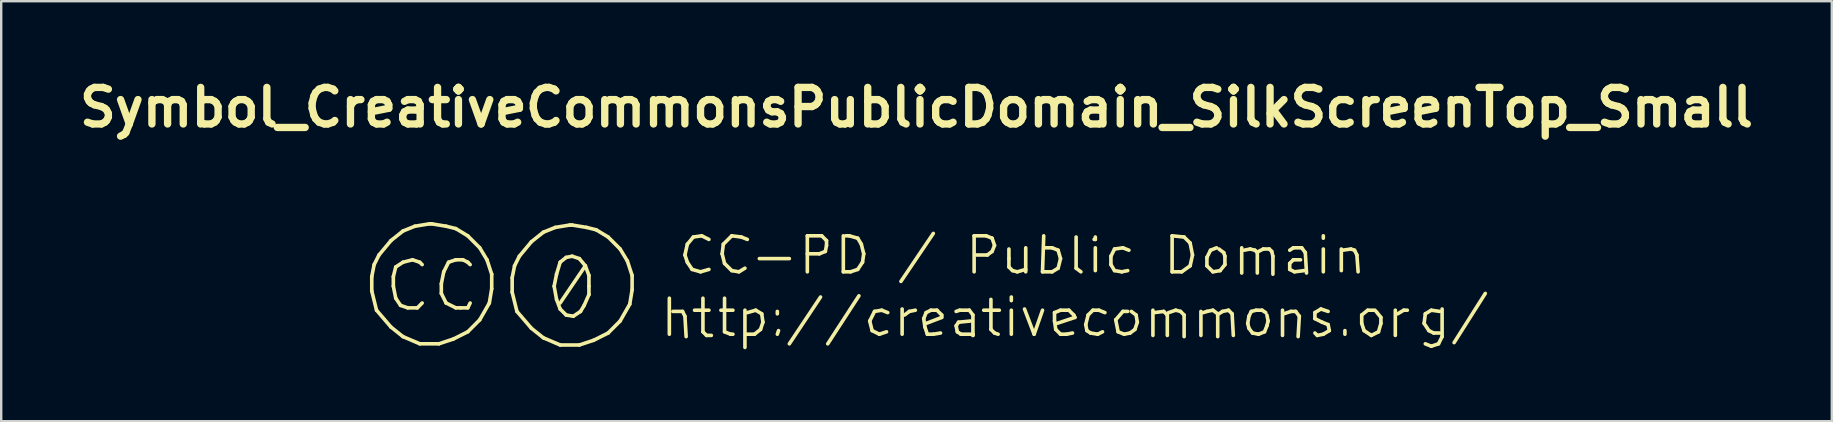
<source format=kicad_pcb>
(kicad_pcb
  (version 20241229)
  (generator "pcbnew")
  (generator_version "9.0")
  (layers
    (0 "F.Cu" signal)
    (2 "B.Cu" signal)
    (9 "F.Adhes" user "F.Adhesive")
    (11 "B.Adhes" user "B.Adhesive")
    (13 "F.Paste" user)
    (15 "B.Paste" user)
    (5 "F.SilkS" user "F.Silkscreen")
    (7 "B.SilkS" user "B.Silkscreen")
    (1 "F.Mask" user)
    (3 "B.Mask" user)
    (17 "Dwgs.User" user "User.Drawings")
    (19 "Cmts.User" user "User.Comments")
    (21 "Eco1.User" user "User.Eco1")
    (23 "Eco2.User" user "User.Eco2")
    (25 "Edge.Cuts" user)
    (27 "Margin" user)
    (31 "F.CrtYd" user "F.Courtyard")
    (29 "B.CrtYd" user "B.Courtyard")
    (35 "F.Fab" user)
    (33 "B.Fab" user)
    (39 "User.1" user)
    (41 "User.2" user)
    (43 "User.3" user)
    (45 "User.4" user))
  (footprint "Symbol_CreativeCommonsPublicDomain_SilkScreenTop_Small"
    (layer "F.Cu")
    (at 34.54 8.726)
    (property "Reference" "Symbol_CreativeCommonsPublicDomain_SilkScreenTop_Small" (at 0.599 -7.3 0) (layer "F.SilkS") (effects (font (size 1.524 1.524) (thickness 0.305))))
    (attr through_hole)
    (fp_line (start -22.099 -0.25) (end -22.099 0.35) (stroke (width 0.15) (type solid)) (layer "F.SilkS"))
    (fp_line (start -22.099 0.35) (end -21.901 1.15) (stroke (width 0.15) (type solid)) (layer "F.SilkS"))
    (fp_line (start -22 -0.75) (end -22.099 -0.25) (stroke (width 0.15) (type solid)) (layer "F.SilkS"))
    (fp_line (start -21.901 1.15) (end -21.299 1.851) (stroke (width 0.15) (type solid)) (layer "F.SilkS"))
    (fp_line (start -21.8 -1.149) (end -22 -0.75) (stroke (width 0.15) (type solid)) (layer "F.SilkS"))
    (fp_line (start -21.299 -1.751) (end -21.8 -1.149) (stroke (width 0.15) (type solid)) (layer "F.SilkS"))
    (fp_line (start -21.299 1.851) (end -20.799 2.25) (stroke (width 0.15) (type solid)) (layer "F.SilkS"))
    (fp_line (start -21.2 -0.25) (end -21.2 0.149) (stroke (width 0.15) (type solid)) (layer "F.SilkS"))
    (fp_line (start -21.2 0.149) (end -21.101 0.649) (stroke (width 0.15) (type solid)) (layer "F.SilkS"))
    (fp_line (start -21.101 -0.651) (end -21.2 -0.25) (stroke (width 0.15) (type solid)) (layer "F.SilkS"))
    (fp_line (start -21.101 0.649) (end -20.9 0.949) (stroke (width 0.15) (type solid)) (layer "F.SilkS"))
    (fp_line (start -20.9 0.949) (end -20.601 1.051) (stroke (width 0.15) (type solid)) (layer "F.SilkS"))
    (fp_line (start -20.799 -2.15) (end -21.299 -1.751) (stroke (width 0.15) (type solid)) (layer "F.SilkS"))
    (fp_line (start -20.799 -0.849) (end -21.101 -0.651) (stroke (width 0.15) (type solid)) (layer "F.SilkS"))
    (fp_line (start -20.799 2.25) (end -20.1 2.549) (stroke (width 0.15) (type solid)) (layer "F.SilkS"))
    (fp_line (start -20.601 1.051) (end -20.199 1.051) (stroke (width 0.15) (type solid)) (layer "F.SilkS"))
    (fp_line (start -20.4 -0.951) (end -20.799 -0.849) (stroke (width 0.15) (type solid)) (layer "F.SilkS"))
    (fp_line (start -20.301 -2.35) (end -20.799 -2.15) (stroke (width 0.15) (type solid)) (layer "F.SilkS"))
    (fp_line (start -20.199 1.051) (end -19.999 0.85) (stroke (width 0.15) (type solid)) (layer "F.SilkS"))
    (fp_line (start -20.1 -0.849) (end -20.4 -0.951) (stroke (width 0.15) (type solid)) (layer "F.SilkS"))
    (fp_line (start -20.1 2.549) (end -19.3 2.549) (stroke (width 0.15) (type solid)) (layer "F.SilkS"))
    (fp_line (start -19.999 -0.75) (end -20.1 -0.849) (stroke (width 0.15) (type solid)) (layer "F.SilkS"))
    (fp_line (start -19.699 -2.449) (end -20.301 -2.35) (stroke (width 0.15) (type solid)) (layer "F.SilkS"))
    (fp_line (start -19.6 -2.449) (end -19.699 -2.449) (stroke (width 0.15) (type solid)) (layer "F.SilkS"))
    (fp_line (start -19.3 2.549) (end -18.701 2.351) (stroke (width 0.15) (type solid)) (layer "F.SilkS"))
    (fp_line (start -19.201 0.05) (end -19.201 0.449) (stroke (width 0.15) (type solid)) (layer "F.SilkS"))
    (fp_line (start -19.201 0.449) (end -19.001 0.85) (stroke (width 0.15) (type solid)) (layer "F.SilkS"))
    (fp_line (start -19.1 -0.45) (end -19.201 0.05) (stroke (width 0.15) (type solid)) (layer "F.SilkS"))
    (fp_line (start -19.001 -2.35) (end -19.6 -2.449) (stroke (width 0.15) (type solid)) (layer "F.SilkS"))
    (fp_line (start -19.001 0.85) (end -18.599 1.051) (stroke (width 0.15) (type solid)) (layer "F.SilkS"))
    (fp_line (start -18.899 -0.849) (end -19.1 -0.45) (stroke (width 0.15) (type solid)) (layer "F.SilkS"))
    (fp_line (start -18.701 2.351) (end -18.099 2.049) (stroke (width 0.15) (type solid)) (layer "F.SilkS"))
    (fp_line (start -18.599 -2.251) (end -19.001 -2.35) (stroke (width 0.15) (type solid)) (layer "F.SilkS"))
    (fp_line (start -18.599 -0.951) (end -18.899 -0.849) (stroke (width 0.15) (type solid)) (layer "F.SilkS"))
    (fp_line (start -18.599 1.051) (end -18.401 1.051) (stroke (width 0.15) (type solid)) (layer "F.SilkS"))
    (fp_line (start -18.401 1.051) (end -18.099 1.051) (stroke (width 0.15) (type solid)) (layer "F.SilkS"))
    (fp_line (start -18.3 -0.951) (end -18.599 -0.951) (stroke (width 0.15) (type solid)) (layer "F.SilkS"))
    (fp_line (start -18.099 -1.949) (end -18.599 -2.251) (stroke (width 0.15) (type solid)) (layer "F.SilkS"))
    (fp_line (start -18.099 -0.849) (end -18.3 -0.951) (stroke (width 0.15) (type solid)) (layer "F.SilkS"))
    (fp_line (start -18.099 1.051) (end -18 0.85) (stroke (width 0.15) (type solid)) (layer "F.SilkS"))
    (fp_line (start -18.099 2.049) (end -17.601 1.551) (stroke (width 0.15) (type solid)) (layer "F.SilkS"))
    (fp_line (start -18 -0.75) (end -18.099 -0.849) (stroke (width 0.15) (type solid)) (layer "F.SilkS"))
    (fp_line (start -17.601 -1.451) (end -18.099 -1.949) (stroke (width 0.15) (type solid)) (layer "F.SilkS"))
    (fp_line (start -17.601 1.551) (end -17.2 0.85) (stroke (width 0.15) (type solid)) (layer "F.SilkS"))
    (fp_line (start -17.299 -0.951) (end -17.601 -1.451) (stroke (width 0.15) (type solid)) (layer "F.SilkS"))
    (fp_line (start -17.2 0.85) (end -17.101 0.251) (stroke (width 0.15) (type solid)) (layer "F.SilkS"))
    (fp_line (start -17.101 -0.349) (end -17.299 -0.951) (stroke (width 0.15) (type solid)) (layer "F.SilkS"))
    (fp_line (start -17.101 0.251) (end -17.101 -0.349) (stroke (width 0.15) (type solid)) (layer "F.SilkS"))
    (fp_line (start -16.249 -0.2) (end -16.249 0.4) (stroke (width 0.15) (type solid)) (layer "F.SilkS"))
    (fp_line (start -16.249 0.4) (end -16.051 1.2) (stroke (width 0.15) (type solid)) (layer "F.SilkS"))
    (fp_line (start -16.15 -0.7) (end -16.249 -0.2) (stroke (width 0.15) (type solid)) (layer "F.SilkS"))
    (fp_line (start -16.051 1.2) (end -15.449 1.901) (stroke (width 0.15) (type solid)) (layer "F.SilkS"))
    (fp_line (start -15.95 -1.099) (end -16.15 -0.7) (stroke (width 0.15) (type solid)) (layer "F.SilkS"))
    (fp_line (start -15.449 -1.701) (end -15.95 -1.099) (stroke (width 0.15) (type solid)) (layer "F.SilkS"))
    (fp_line (start -15.449 1.901) (end -14.949 2.3) (stroke (width 0.15) (type solid)) (layer "F.SilkS"))
    (fp_line (start -14.949 -2.1) (end -15.449 -1.701) (stroke (width 0.15) (type solid)) (layer "F.SilkS"))
    (fp_line (start -14.949 2.3) (end -14.25 2.599) (stroke (width 0.15) (type solid)) (layer "F.SilkS"))
    (fp_line (start -14.5 0.15) (end -14.4 -0.35) (stroke (width 0.15) (type solid)) (layer "F.SilkS"))
    (fp_line (start -14.451 -2.3) (end -14.949 -2.1) (stroke (width 0.15) (type solid)) (layer "F.SilkS"))
    (fp_line (start -14.4 -0.35) (end -14.25 -0.85) (stroke (width 0.15) (type solid)) (layer "F.SilkS"))
    (fp_line (start -14.4 0.7) (end -14.5 0.15) (stroke (width 0.15) (type solid)) (layer "F.SilkS"))
    (fp_line (start -14.25 2.599) (end -13.45 2.599) (stroke (width 0.15) (type solid)) (layer "F.SilkS"))
    (fp_line (start -14.25 -0.85) (end -14 -1.05) (stroke (width 0.15) (type solid)) (layer "F.SilkS"))
    (fp_line (start -14.25 1.1) (end -14.4 0.7) (stroke (width 0.15) (type solid)) (layer "F.SilkS"))
    (fp_line (start -14 -1.05) (end -13.75 -1.1) (stroke (width 0.15) (type solid)) (layer "F.SilkS"))
    (fp_line (start -14 1.35) (end -14.25 1.1) (stroke (width 0.15) (type solid)) (layer "F.SilkS"))
    (fp_line (start -13.849 -2.399) (end -14.451 -2.3) (stroke (width 0.15) (type solid)) (layer "F.SilkS"))
    (fp_line (start -13.75 -2.399) (end -13.849 -2.399) (stroke (width 0.15) (type solid)) (layer "F.SilkS"))
    (fp_line (start -13.75 -1.1) (end -13.45 -1) (stroke (width 0.15) (type solid)) (layer "F.SilkS"))
    (fp_line (start -13.7 1.4) (end -14 1.35) (stroke (width 0.15) (type solid)) (layer "F.SilkS"))
    (fp_line (start -13.45 2.599) (end -12.851 2.401) (stroke (width 0.15) (type solid)) (layer "F.SilkS"))
    (fp_line (start -13.45 -1) (end -13.2 -0.7) (stroke (width 0.15) (type solid)) (layer "F.SilkS"))
    (fp_line (start -13.4 1.2) (end -13.7 1.4) (stroke (width 0.15) (type solid)) (layer "F.SilkS"))
    (fp_line (start -13.25 0.95) (end -13.4 1.2) (stroke (width 0.15) (type solid)) (layer "F.SilkS"))
    (fp_line (start -13.2 -0.7) (end -14.25 0.85) (stroke (width 0.15) (type solid)) (layer "F.SilkS"))
    (fp_line (start -13.2 -0.7) (end -13.05 -0.3) (stroke (width 0.15) (type solid)) (layer "F.SilkS"))
    (fp_line (start -13.151 -2.3) (end -13.75 -2.399) (stroke (width 0.15) (type solid)) (layer "F.SilkS"))
    (fp_line (start -13.05 -0.3) (end -13.05 0.15) (stroke (width 0.15) (type solid)) (layer "F.SilkS"))
    (fp_line (start -13.05 0.15) (end -13.05 0.5) (stroke (width 0.15) (type solid)) (layer "F.SilkS"))
    (fp_line (start -13.05 0.5) (end -13.25 0.95) (stroke (width 0.15) (type solid)) (layer "F.SilkS"))
    (fp_line (start -12.851 2.401) (end -12.249 2.099) (stroke (width 0.15) (type solid)) (layer "F.SilkS"))
    (fp_line (start -12.749 -2.201) (end -13.151 -2.3) (stroke (width 0.15) (type solid)) (layer "F.SilkS"))
    (fp_line (start -12.249 -1.899) (end -12.749 -2.201) (stroke (width 0.15) (type solid)) (layer "F.SilkS"))
    (fp_line (start -12.249 2.099) (end -11.751 1.601) (stroke (width 0.15) (type solid)) (layer "F.SilkS"))
    (fp_line (start -11.751 -1.401) (end -12.249 -1.899) (stroke (width 0.15) (type solid)) (layer "F.SilkS"))
    (fp_line (start -11.751 1.601) (end -11.35 0.9) (stroke (width 0.15) (type solid)) (layer "F.SilkS"))
    (fp_line (start -11.449 -0.901) (end -11.751 -1.401) (stroke (width 0.15) (type solid)) (layer "F.SilkS"))
    (fp_line (start -11.35 0.9) (end -11.251 0.301) (stroke (width 0.15) (type solid)) (layer "F.SilkS"))
    (fp_line (start -11.251 -0.299) (end -11.449 -0.901) (stroke (width 0.15) (type solid)) (layer "F.SilkS"))
    (fp_line (start -11.251 0.301) (end -11.251 -0.299) (stroke (width 0.15) (type solid)) (layer "F.SilkS"))
    (fp_line (start -9.7 0.65) (end -9.7 2.15) (stroke (width 0.15) (type solid)) (layer "F.SilkS"))
    (fp_line (start -9.15 1.2) (end -9.55 1.2) (stroke (width 0.15) (type solid)) (layer "F.SilkS"))
    (fp_line (start -9.05 -1.15) (end -8.95 -0.85) (stroke (width 0.15) (type solid)) (layer "F.SilkS"))
    (fp_line (start -9.05 1.4) (end -9.15 1.2) (stroke (width 0.15) (type solid)) (layer "F.SilkS"))
    (fp_line (start -9 2.25) (end -9.05 1.4) (stroke (width 0.15) (type solid)) (layer "F.SilkS"))
    (fp_line (start -8.95 -1.6) (end -9.05 -1.15) (stroke (width 0.15) (type solid)) (layer "F.SilkS"))
    (fp_line (start -8.95 -0.85) (end -8.75 -0.55) (stroke (width 0.15) (type solid)) (layer "F.SilkS"))
    (fp_line (start -8.75 -0.55) (end -8.4 -0.45) (stroke (width 0.15) (type solid)) (layer "F.SilkS"))
    (fp_line (start -8.7 -1.9) (end -8.95 -1.6) (stroke (width 0.15) (type solid)) (layer "F.SilkS"))
    (fp_line (start -8.65 1.15) (end -8.05 1.15) (stroke (width 0.15) (type solid)) (layer "F.SilkS"))
    (fp_line (start -8.4 -0.45) (end -8.05 -0.55) (stroke (width 0.15) (type solid)) (layer "F.SilkS"))
    (fp_line (start -8.35 -1.95) (end -8.7 -1.9) (stroke (width 0.15) (type solid)) (layer "F.SilkS"))
    (fp_line (start -8.3 0.65) (end -8.3 2.05) (stroke (width 0.15) (type solid)) (layer "F.SilkS"))
    (fp_line (start -8.3 2.05) (end -8.15 2.2) (stroke (width 0.15) (type solid)) (layer "F.SilkS"))
    (fp_line (start -8.15 2.2) (end -7.95 2.2) (stroke (width 0.15) (type solid)) (layer "F.SilkS"))
    (fp_line (start -8.05 -1.8) (end -8.35 -1.95) (stroke (width 0.15) (type solid)) (layer "F.SilkS"))
    (fp_line (start -7.5 -1.2) (end -7.4 -0.8) (stroke (width 0.15) (type solid)) (layer "F.SilkS"))
    (fp_line (start -7.45 -1.6) (end -7.5 -1.2) (stroke (width 0.15) (type solid)) (layer "F.SilkS"))
    (fp_line (start -7.4 -0.8) (end -7.1 -0.5) (stroke (width 0.15) (type solid)) (layer "F.SilkS"))
    (fp_line (start -7.4 0.65) (end -7.4 2.05) (stroke (width 0.15) (type solid)) (layer "F.SilkS"))
    (fp_line (start -7.4 2.05) (end -7.15 2.15) (stroke (width 0.15) (type solid)) (layer "F.SilkS"))
    (fp_line (start -7.15 2.15) (end -7.05 2.15) (stroke (width 0.15) (type solid)) (layer "F.SilkS"))
    (fp_line (start -7.1 -1.95) (end -7.45 -1.6) (stroke (width 0.15) (type solid)) (layer "F.SilkS"))
    (fp_line (start -7.1 -0.5) (end -6.8 -0.45) (stroke (width 0.15) (type solid)) (layer "F.SilkS"))
    (fp_line (start -7.05 1.15) (end -7.55 1.15) (stroke (width 0.15) (type solid)) (layer "F.SilkS"))
    (fp_line (start -6.8 -0.45) (end -6.55 -0.6) (stroke (width 0.15) (type solid)) (layer "F.SilkS"))
    (fp_line (start -6.7 -1.9) (end -7.1 -1.95) (stroke (width 0.15) (type solid)) (layer "F.SilkS"))
    (fp_line (start -6.55 2.7) (end -6.55 1.15) (stroke (width 0.15) (type solid)) (layer "F.SilkS"))
    (fp_line (start -6.5 2.15) (end -6.15 2.15) (stroke (width 0.15) (type solid)) (layer "F.SilkS"))
    (fp_line (start -6.45 -1.8) (end -6.7 -1.9) (stroke (width 0.15) (type solid)) (layer "F.SilkS"))
    (fp_line (start -6.15 2.15) (end -5.9 1.95) (stroke (width 0.15) (type solid)) (layer "F.SilkS"))
    (fp_line (start -6.1 1.15) (end -6.45 1.25) (stroke (width 0.15) (type solid)) (layer "F.SilkS"))
    (fp_line (start -5.95 -1) (end -4.7 -1) (stroke (width 0.15) (type solid)) (layer "F.SilkS"))
    (fp_line (start -5.9 1.95) (end -5.8 1.65) (stroke (width 0.15) (type solid)) (layer "F.SilkS"))
    (fp_line (start -5.85 1.3) (end -6.1 1.15) (stroke (width 0.15) (type solid)) (layer "F.SilkS"))
    (fp_line (start -5.8 1.65) (end -5.85 1.3) (stroke (width 0.15) (type solid)) (layer "F.SilkS"))
    (fp_line (start -5.2 1.2) (end -5.2 1.3) (stroke (width 0.15) (type solid)) (layer "F.SilkS"))
    (fp_line (start -5.15 2) (end -5.2 2.15) (stroke (width 0.15) (type solid)) (layer "F.SilkS"))
    (fp_line (start -4.7 2.55) (end -3.4 0.6) (stroke (width 0.15) (type solid)) (layer "F.SilkS"))
    (fp_line (start -3.95 -1.95) (end -3.35 -1.95) (stroke (width 0.15) (type solid)) (layer "F.SilkS"))
    (fp_line (start -3.95 -0.45) (end -3.95 -1.95) (stroke (width 0.15) (type solid)) (layer "F.SilkS"))
    (fp_line (start -3.45 -1.2) (end -3.95 -1.2) (stroke (width 0.15) (type solid)) (layer "F.SilkS"))
    (fp_line (start -3.35 -1.95) (end -3.15 -1.75) (stroke (width 0.15) (type solid)) (layer "F.SilkS"))
    (fp_line (start -3.2 -1.3) (end -3.45 -1.2) (stroke (width 0.15) (type solid)) (layer "F.SilkS"))
    (fp_line (start -3.15 -1.75) (end -3.15 -1.55) (stroke (width 0.15) (type solid)) (layer "F.SilkS"))
    (fp_line (start -3.15 -1.55) (end -3.2 -1.3) (stroke (width 0.15) (type solid)) (layer "F.SilkS"))
    (fp_line (start -3.1 2.55) (end -1.8 0.55) (stroke (width 0.15) (type solid)) (layer "F.SilkS"))
    (fp_line (start -2.45 -1.95) (end -2.45 -0.45) (stroke (width 0.15) (type solid)) (layer "F.SilkS"))
    (fp_line (start -2.45 -0.45) (end -2.15 -0.45) (stroke (width 0.15) (type solid)) (layer "F.SilkS"))
    (fp_line (start -2.2 -1.95) (end -2.35 -1.95) (stroke (width 0.15) (type solid)) (layer "F.SilkS"))
    (fp_line (start -2.15 -0.45) (end -1.85 -0.55) (stroke (width 0.15) (type solid)) (layer "F.SilkS"))
    (fp_line (start -1.85 -1.85) (end -2.2 -1.95) (stroke (width 0.15) (type solid)) (layer "F.SilkS"))
    (fp_line (start -1.85 -0.55) (end -1.65 -0.85) (stroke (width 0.15) (type solid)) (layer "F.SilkS"))
    (fp_line (start -1.7 -1.6) (end -1.85 -1.85) (stroke (width 0.15) (type solid)) (layer "F.SilkS"))
    (fp_line (start -1.65 -0.85) (end -1.6 -1.2) (stroke (width 0.15) (type solid)) (layer "F.SilkS"))
    (fp_line (start -1.6 -1.2) (end -1.7 -1.6) (stroke (width 0.15) (type solid)) (layer "F.SilkS"))
    (fp_line (start -1.35 1.6) (end -1.25 2) (stroke (width 0.15) (type solid)) (layer "F.SilkS"))
    (fp_line (start -1.25 2) (end -0.95 2.15) (stroke (width 0.15) (type solid)) (layer "F.SilkS"))
    (fp_line (start -1.15 1.2) (end -1.35 1.6) (stroke (width 0.15) (type solid)) (layer "F.SilkS"))
    (fp_line (start -0.95 2.15) (end -0.65 2.05) (stroke (width 0.15) (type solid)) (layer "F.SilkS"))
    (fp_line (start -0.85 1.15) (end -1.15 1.2) (stroke (width 0.15) (type solid)) (layer "F.SilkS"))
    (fp_line (start -0.6 1.25) (end -0.85 1.15) (stroke (width 0.15) (type solid)) (layer "F.SilkS"))
    (fp_line (start -0.05 -0.05) (end 1.3 -2.05) (stroke (width 0.15) (type solid)) (layer "F.SilkS"))
    (fp_line (start 0 2.15) (end 0 1.1) (stroke (width 0.15) (type solid)) (layer "F.SilkS"))
    (fp_line (start 0.3 1.2) (end 0.1 1.35) (stroke (width 0.15) (type solid)) (layer "F.SilkS"))
    (fp_line (start 0.55 1.15) (end 0.3 1.2) (stroke (width 0.15) (type solid)) (layer "F.SilkS"))
    (fp_line (start 0.9 1.5) (end 1 1.25) (stroke (width 0.15) (type solid)) (layer "F.SilkS"))
    (fp_line (start 0.95 1.85) (end 0.9 1.5) (stroke (width 0.15) (type solid)) (layer "F.SilkS"))
    (fp_line (start 1 1.25) (end 1.2 1.15) (stroke (width 0.15) (type solid)) (layer "F.SilkS"))
    (fp_line (start 1.05 2.15) (end 0.95 1.85) (stroke (width 0.15) (type solid)) (layer "F.SilkS"))
    (fp_line (start 1.2 1.15) (end 1.45 1.15) (stroke (width 0.15) (type solid)) (layer "F.SilkS"))
    (fp_line (start 1.3 2.15) (end 1.05 2.15) (stroke (width 0.15) (type solid)) (layer "F.SilkS"))
    (fp_line (start 1.45 1.15) (end 1.65 1.35) (stroke (width 0.15) (type solid)) (layer "F.SilkS"))
    (fp_line (start 1.6 2.1) (end 1.3 2.15) (stroke (width 0.15) (type solid)) (layer "F.SilkS"))
    (fp_line (start 1.65 1.35) (end 1.65 1.45) (stroke (width 0.15) (type solid)) (layer "F.SilkS"))
    (fp_line (start 1.65 1.45) (end 1 1.7) (stroke (width 0.15) (type solid)) (layer "F.SilkS"))
    (fp_line (start 2.25 1.2) (end 2.4 1.15) (stroke (width 0.15) (type solid)) (layer "F.SilkS"))
    (fp_line (start 2.25 1.8) (end 2.35 1.65) (stroke (width 0.15) (type solid)) (layer "F.SilkS"))
    (fp_line (start 2.3 2.05) (end 2.25 1.8) (stroke (width 0.15) (type solid)) (layer "F.SilkS"))
    (fp_line (start 2.35 1.65) (end 2.85 1.6) (stroke (width 0.15) (type solid)) (layer "F.SilkS"))
    (fp_line (start 2.4 1.15) (end 2.8 1.15) (stroke (width 0.15) (type solid)) (layer "F.SilkS"))
    (fp_line (start 2.45 2.15) (end 2.3 2.05) (stroke (width 0.15) (type solid)) (layer "F.SilkS"))
    (fp_line (start 2.8 1.15) (end 2.95 1.35) (stroke (width 0.15) (type solid)) (layer "F.SilkS"))
    (fp_line (start 2.95 1.35) (end 2.95 2.2) (stroke (width 0.15) (type solid)) (layer "F.SilkS"))
    (fp_line (start 2.95 2.15) (end 2.45 2.15) (stroke (width 0.15) (type solid)) (layer "F.SilkS"))
    (fp_line (start 2.95 2.2) (end 2.95 2.15) (stroke (width 0.15) (type solid)) (layer "F.SilkS"))
    (fp_line (start 3 -1.95) (end 3.5 -1.95) (stroke (width 0.15) (type solid)) (layer "F.SilkS"))
    (fp_line (start 3 -0.45) (end 3 -1.95) (stroke (width 0.15) (type solid)) (layer "F.SilkS"))
    (fp_line (start 3.4 1.15) (end 4.05 1.15) (stroke (width 0.15) (type solid)) (layer "F.SilkS"))
    (fp_line (start 3.5 -1.95) (end 3.75 -1.85) (stroke (width 0.15) (type solid)) (layer "F.SilkS"))
    (fp_line (start 3.55 -1.15) (end 3.1 -1.15) (stroke (width 0.15) (type solid)) (layer "F.SilkS"))
    (fp_line (start 3.7 0.7) (end 3.7 1.95) (stroke (width 0.15) (type solid)) (layer "F.SilkS"))
    (fp_line (start 3.7 1.95) (end 3.85 2.1) (stroke (width 0.15) (type solid)) (layer "F.SilkS"))
    (fp_line (start 3.75 -1.85) (end 3.85 -1.55) (stroke (width 0.15) (type solid)) (layer "F.SilkS"))
    (fp_line (start 3.75 -1.3) (end 3.55 -1.15) (stroke (width 0.15) (type solid)) (layer "F.SilkS"))
    (fp_line (start 3.85 -1.55) (end 3.75 -1.3) (stroke (width 0.15) (type solid)) (layer "F.SilkS"))
    (fp_line (start 3.85 2.1) (end 4 2.15) (stroke (width 0.15) (type solid)) (layer "F.SilkS"))
    (fp_line (start 4.45 -1.4) (end 4.45 -1) (stroke (width 0.15) (type solid)) (layer "F.SilkS"))
    (fp_line (start 4.45 -1) (end 4.45 -0.65) (stroke (width 0.15) (type solid)) (layer "F.SilkS"))
    (fp_line (start 4.45 -0.65) (end 4.6 -0.5) (stroke (width 0.15) (type solid)) (layer "F.SilkS"))
    (fp_line (start 4.55 0.6) (end 4.55 0.75) (stroke (width 0.15) (type solid)) (layer "F.SilkS"))
    (fp_line (start 4.55 1.15) (end 4.55 2.15) (stroke (width 0.15) (type solid)) (layer "F.SilkS"))
    (fp_line (start 4.6 -0.5) (end 4.8 -0.45) (stroke (width 0.15) (type solid)) (layer "F.SilkS"))
    (fp_line (start 4.8 -0.45) (end 5.15 -0.55) (stroke (width 0.15) (type solid)) (layer "F.SilkS"))
    (fp_line (start 5.1 1.1) (end 5.5 2.15) (stroke (width 0.15) (type solid)) (layer "F.SilkS"))
    (fp_line (start 5.15 -1.45) (end 5.15 -0.45) (stroke (width 0.15) (type solid)) (layer "F.SilkS"))
    (fp_line (start 5.5 2.15) (end 5.85 1.15) (stroke (width 0.15) (type solid)) (layer "F.SilkS"))
    (fp_line (start 5.85 -0.45) (end 6.25 -0.45) (stroke (width 0.15) (type solid)) (layer "F.SilkS"))
    (fp_line (start 5.9 -1.95) (end 5.85 -0.45) (stroke (width 0.15) (type solid)) (layer "F.SilkS"))
    (fp_line (start 6.25 -1.45) (end 5.95 -1.45) (stroke (width 0.15) (type solid)) (layer "F.SilkS"))
    (fp_line (start 6.25 -0.45) (end 6.5 -0.6) (stroke (width 0.15) (type solid)) (layer "F.SilkS"))
    (fp_line (start 6.35 1.25) (end 6.6 1.15) (stroke (width 0.15) (type solid)) (layer "F.SilkS"))
    (fp_line (start 6.35 1.6) (end 6.35 1.25) (stroke (width 0.15) (type solid)) (layer "F.SilkS"))
    (fp_line (start 6.4 1.95) (end 6.35 1.6) (stroke (width 0.15) (type solid)) (layer "F.SilkS"))
    (fp_line (start 6.5 -1.35) (end 6.25 -1.45) (stroke (width 0.15) (type solid)) (layer "F.SilkS"))
    (fp_line (start 6.5 -0.6) (end 6.6 -1) (stroke (width 0.15) (type solid)) (layer "F.SilkS"))
    (fp_line (start 6.6 -1) (end 6.5 -1.35) (stroke (width 0.15) (type solid)) (layer "F.SilkS"))
    (fp_line (start 6.6 1.15) (end 6.95 1.15) (stroke (width 0.15) (type solid)) (layer "F.SilkS"))
    (fp_line (start 6.6 2.15) (end 6.4 1.95) (stroke (width 0.15) (type solid)) (layer "F.SilkS"))
    (fp_line (start 6.85 2.15) (end 6.6 2.15) (stroke (width 0.15) (type solid)) (layer "F.SilkS"))
    (fp_line (start 6.95 1.15) (end 7.15 1.35) (stroke (width 0.15) (type solid)) (layer "F.SilkS"))
    (fp_line (start 7.1 2.1) (end 6.85 2.15) (stroke (width 0.15) (type solid)) (layer "F.SilkS"))
    (fp_line (start 7.15 1.35) (end 7.2 1.45) (stroke (width 0.15) (type solid)) (layer "F.SilkS"))
    (fp_line (start 7.2 1.45) (end 6.45 1.7) (stroke (width 0.15) (type solid)) (layer "F.SilkS"))
    (fp_line (start 7.25 -1.9) (end 7.25 -0.6) (stroke (width 0.15) (type solid)) (layer "F.SilkS"))
    (fp_line (start 7.25 -0.6) (end 7.45 -0.45) (stroke (width 0.15) (type solid)) (layer "F.SilkS"))
    (fp_line (start 7.65 1.75) (end 7.7 2) (stroke (width 0.15) (type solid)) (layer "F.SilkS"))
    (fp_line (start 7.7 2) (end 7.85 2.1) (stroke (width 0.15) (type solid)) (layer "F.SilkS"))
    (fp_line (start 7.75 1.35) (end 7.65 1.75) (stroke (width 0.15) (type solid)) (layer "F.SilkS"))
    (fp_line (start 7.85 2.1) (end 8.15 2.15) (stroke (width 0.15) (type solid)) (layer "F.SilkS"))
    (fp_line (start 7.95 1.15) (end 7.75 1.35) (stroke (width 0.15) (type solid)) (layer "F.SilkS"))
    (fp_line (start 8.05 -1.9) (end 8.05 -1.8) (stroke (width 0.15) (type solid)) (layer "F.SilkS"))
    (fp_line (start 8.05 -1.8) (end 8 -1.8) (stroke (width 0.15) (type solid)) (layer "F.SilkS"))
    (fp_line (start 8.05 -1.45) (end 8.05 -0.5) (stroke (width 0.15) (type solid)) (layer "F.SilkS"))
    (fp_line (start 8.15 2.15) (end 8.35 2.05) (stroke (width 0.15) (type solid)) (layer "F.SilkS"))
    (fp_line (start 8.2 1.15) (end 7.95 1.15) (stroke (width 0.15) (type solid)) (layer "F.SilkS"))
    (fp_line (start 8.45 1.25) (end 8.2 1.15) (stroke (width 0.15) (type solid)) (layer "F.SilkS"))
    (fp_line (start 8.7 -1.1) (end 8.7 -0.75) (stroke (width 0.15) (type solid)) (layer "F.SilkS"))
    (fp_line (start 8.7 -0.75) (end 8.85 -0.5) (stroke (width 0.15) (type solid)) (layer "F.SilkS"))
    (fp_line (start 8.85 -1.4) (end 8.7 -1.1) (stroke (width 0.15) (type solid)) (layer "F.SilkS"))
    (fp_line (start 8.85 -0.5) (end 9.15 -0.45) (stroke (width 0.15) (type solid)) (layer "F.SilkS"))
    (fp_line (start 8.9 1.55) (end 9 2.05) (stroke (width 0.15) (type solid)) (layer "F.SilkS"))
    (fp_line (start 9 2.05) (end 9.25 2.15) (stroke (width 0.15) (type solid)) (layer "F.SilkS"))
    (fp_line (start 9.15 -0.45) (end 9.4 -0.5) (stroke (width 0.15) (type solid)) (layer "F.SilkS"))
    (fp_line (start 9.2 -1.45) (end 8.85 -1.4) (stroke (width 0.15) (type solid)) (layer "F.SilkS"))
    (fp_line (start 9.2 1.2) (end 8.9 1.55) (stroke (width 0.15) (type solid)) (layer "F.SilkS"))
    (fp_line (start 9.25 2.15) (end 9.5 2.1) (stroke (width 0.15) (type solid)) (layer "F.SilkS"))
    (fp_line (start 9.4 1.2) (end 9.2 1.2) (stroke (width 0.15) (type solid)) (layer "F.SilkS"))
    (fp_line (start 9.45 -1.35) (end 9.2 -1.45) (stroke (width 0.15) (type solid)) (layer "F.SilkS"))
    (fp_line (start 9.5 2.1) (end 9.7 1.95) (stroke (width 0.15) (type solid)) (layer "F.SilkS"))
    (fp_line (start 9.7 1.95) (end 9.8 1.65) (stroke (width 0.15) (type solid)) (layer "F.SilkS"))
    (fp_line (start 9.75 1.35) (end 9.55 1.2) (stroke (width 0.15) (type solid)) (layer "F.SilkS"))
    (fp_line (start 9.8 1.65) (end 9.75 1.35) (stroke (width 0.15) (type solid)) (layer "F.SilkS"))
    (fp_line (start 10.45 2.2) (end 10.45 1.15) (stroke (width 0.15) (type solid)) (layer "F.SilkS"))
    (fp_line (start 10.9 1.2) (end 10.5 1.25) (stroke (width 0.15) (type solid)) (layer "F.SilkS"))
    (fp_line (start 11.05 1.35) (end 10.9 1.2) (stroke (width 0.15) (type solid)) (layer "F.SilkS"))
    (fp_line (start 11.05 2.2) (end 11.05 1.35) (stroke (width 0.15) (type solid)) (layer "F.SilkS"))
    (fp_line (start 11.25 -1.95) (end 11.25 -0.45) (stroke (width 0.15) (type solid)) (layer "F.SilkS"))
    (fp_line (start 11.25 -0.45) (end 11.65 -0.45) (stroke (width 0.15) (type solid)) (layer "F.SilkS"))
    (fp_line (start 11.4 1.15) (end 11.1 1.25) (stroke (width 0.15) (type solid)) (layer "F.SilkS"))
    (fp_line (start 11.6 1.2) (end 11.4 1.15) (stroke (width 0.15) (type solid)) (layer "F.SilkS"))
    (fp_line (start 11.65 -0.45) (end 12 -0.7) (stroke (width 0.15) (type solid)) (layer "F.SilkS"))
    (fp_line (start 11.75 -1.9) (end 11.25 -1.95) (stroke (width 0.15) (type solid)) (layer "F.SilkS"))
    (fp_line (start 11.75 1.35) (end 11.6 1.2) (stroke (width 0.15) (type solid)) (layer "F.SilkS"))
    (fp_line (start 11.75 2.25) (end 11.75 1.35) (stroke (width 0.15) (type solid)) (layer "F.SilkS"))
    (fp_line (start 12 -1.65) (end 11.75 -1.9) (stroke (width 0.15) (type solid)) (layer "F.SilkS"))
    (fp_line (start 12 -0.7) (end 12.1 -1.15) (stroke (width 0.15) (type solid)) (layer "F.SilkS"))
    (fp_line (start 12.1 -1.15) (end 12 -1.65) (stroke (width 0.15) (type solid)) (layer "F.SilkS"))
    (fp_line (start 12.45 2.2) (end 12.45 1.2) (stroke (width 0.15) (type solid)) (layer "F.SilkS"))
    (fp_line (start 12.7 -1.05) (end 12.7 -0.7) (stroke (width 0.15) (type solid)) (layer "F.SilkS"))
    (fp_line (start 12.7 -0.7) (end 12.95 -0.45) (stroke (width 0.15) (type solid)) (layer "F.SilkS"))
    (fp_line (start 12.7 1.2) (end 12.55 1.25) (stroke (width 0.15) (type solid)) (layer "F.SilkS"))
    (fp_line (start 12.85 -1.35) (end 12.7 -1.05) (stroke (width 0.15) (type solid)) (layer "F.SilkS"))
    (fp_line (start 12.95 -0.45) (end 13.25 -0.5) (stroke (width 0.15) (type solid)) (layer "F.SilkS"))
    (fp_line (start 12.95 1.15) (end 12.7 1.2) (stroke (width 0.15) (type solid)) (layer "F.SilkS"))
    (fp_line (start 13.1 -1.45) (end 12.85 -1.35) (stroke (width 0.15) (type solid)) (layer "F.SilkS"))
    (fp_line (start 13.15 1.3) (end 12.95 1.15) (stroke (width 0.15) (type solid)) (layer "F.SilkS"))
    (fp_line (start 13.15 2.25) (end 13.15 1.3) (stroke (width 0.15) (type solid)) (layer "F.SilkS"))
    (fp_line (start 13.25 -0.5) (end 13.45 -0.75) (stroke (width 0.15) (type solid)) (layer "F.SilkS"))
    (fp_line (start 13.35 1.2) (end 13.2 1.3) (stroke (width 0.15) (type solid)) (layer "F.SilkS"))
    (fp_line (start 13.4 -1.25) (end 13.2 -1.4) (stroke (width 0.15) (type solid)) (layer "F.SilkS"))
    (fp_line (start 13.45 -1.1) (end 13.4 -1.25) (stroke (width 0.15) (type solid)) (layer "F.SilkS"))
    (fp_line (start 13.45 -0.75) (end 13.45 -1.1) (stroke (width 0.15) (type solid)) (layer "F.SilkS"))
    (fp_line (start 13.6 1.15) (end 13.35 1.2) (stroke (width 0.15) (type solid)) (layer "F.SilkS"))
    (fp_line (start 13.75 1.3) (end 13.6 1.15) (stroke (width 0.15) (type solid)) (layer "F.SilkS"))
    (fp_line (start 13.8 2.2) (end 13.75 1.3) (stroke (width 0.15) (type solid)) (layer "F.SilkS"))
    (fp_line (start 14.15 -0.4) (end 14.15 -1.45) (stroke (width 0.15) (type solid)) (layer "F.SilkS"))
    (fp_line (start 14.4 1.7) (end 14.45 1.9) (stroke (width 0.15) (type solid)) (layer "F.SilkS"))
    (fp_line (start 14.45 1.4) (end 14.4 1.7) (stroke (width 0.15) (type solid)) (layer "F.SilkS"))
    (fp_line (start 14.45 1.9) (end 14.6 2.1) (stroke (width 0.15) (type solid)) (layer "F.SilkS"))
    (fp_line (start 14.5 -1.4) (end 14.25 -1.35) (stroke (width 0.15) (type solid)) (layer "F.SilkS"))
    (fp_line (start 14.55 1.2) (end 14.45 1.4) (stroke (width 0.15) (type solid)) (layer "F.SilkS"))
    (fp_line (start 14.6 2.1) (end 14.85 2.15) (stroke (width 0.15) (type solid)) (layer "F.SilkS"))
    (fp_line (start 14.7 -1.35) (end 14.5 -1.4) (stroke (width 0.15) (type solid)) (layer "F.SilkS"))
    (fp_line (start 14.75 1.15) (end 14.55 1.2) (stroke (width 0.15) (type solid)) (layer "F.SilkS"))
    (fp_line (start 14.8 -1.25) (end 14.7 -1.35) (stroke (width 0.15) (type solid)) (layer "F.SilkS"))
    (fp_line (start 14.8 -0.4) (end 14.8 -1.25) (stroke (width 0.15) (type solid)) (layer "F.SilkS"))
    (fp_line (start 14.85 2.15) (end 15.1 2.05) (stroke (width 0.15) (type solid)) (layer "F.SilkS"))
    (fp_line (start 15 1.15) (end 14.75 1.15) (stroke (width 0.15) (type solid)) (layer "F.SilkS"))
    (fp_line (start 15.05 -1.4) (end 14.85 -1.3) (stroke (width 0.15) (type solid)) (layer "F.SilkS"))
    (fp_line (start 15.1 2.05) (end 15.2 1.8) (stroke (width 0.15) (type solid)) (layer "F.SilkS"))
    (fp_line (start 15.15 1.25) (end 15 1.15) (stroke (width 0.15) (type solid)) (layer "F.SilkS"))
    (fp_line (start 15.2 1.8) (end 15.25 1.6) (stroke (width 0.15) (type solid)) (layer "F.SilkS"))
    (fp_line (start 15.25 1.6) (end 15.2 1.35) (stroke (width 0.15) (type solid)) (layer "F.SilkS"))
    (fp_line (start 15.3 -1.4) (end 15.05 -1.4) (stroke (width 0.15) (type solid)) (layer "F.SilkS"))
    (fp_line (start 15.4 -1.3) (end 15.3 -1.4) (stroke (width 0.15) (type solid)) (layer "F.SilkS"))
    (fp_line (start 15.45 -1.1) (end 15.4 -1.3) (stroke (width 0.15) (type solid)) (layer "F.SilkS"))
    (fp_line (start 15.45 -0.35) (end 15.45 -1.1) (stroke (width 0.15) (type solid)) (layer "F.SilkS"))
    (fp_line (start 15.85 2.2) (end 15.85 1.15) (stroke (width 0.15) (type solid)) (layer "F.SilkS"))
    (fp_line (start 16.15 -1.35) (end 16.3 -1.45) (stroke (width 0.15) (type solid)) (layer "F.SilkS"))
    (fp_line (start 16.15 -0.8) (end 16.15 -0.55) (stroke (width 0.15) (type solid)) (layer "F.SilkS"))
    (fp_line (start 16.15 -0.55) (end 16.35 -0.45) (stroke (width 0.15) (type solid)) (layer "F.SilkS"))
    (fp_line (start 16.2 1.2) (end 15.9 1.3) (stroke (width 0.15) (type solid)) (layer "F.SilkS"))
    (fp_line (start 16.3 -1.45) (end 16.65 -1.45) (stroke (width 0.15) (type solid)) (layer "F.SilkS"))
    (fp_line (start 16.3 -0.95) (end 16.15 -0.8) (stroke (width 0.15) (type solid)) (layer "F.SilkS"))
    (fp_line (start 16.35 -0.45) (end 16.75 -0.5) (stroke (width 0.15) (type solid)) (layer "F.SilkS"))
    (fp_line (start 16.4 1.2) (end 16.2 1.2) (stroke (width 0.15) (type solid)) (layer "F.SilkS"))
    (fp_line (start 16.5 2.25) (end 16.55 1.4) (stroke (width 0.15) (type solid)) (layer "F.SilkS"))
    (fp_line (start 16.55 1.4) (end 16.4 1.2) (stroke (width 0.15) (type solid)) (layer "F.SilkS"))
    (fp_line (start 16.6 -0.95) (end 16.3 -0.95) (stroke (width 0.15) (type solid)) (layer "F.SilkS"))
    (fp_line (start 16.65 -1.45) (end 16.8 -1.25) (stroke (width 0.15) (type solid)) (layer "F.SilkS"))
    (fp_line (start 16.8 -1.25) (end 16.85 -0.4) (stroke (width 0.15) (type solid)) (layer "F.SilkS"))
    (fp_line (start 17.2 1.25) (end 17.2 1.5) (stroke (width 0.15) (type solid)) (layer "F.SilkS"))
    (fp_line (start 17.2 1.5) (end 17.5 1.65) (stroke (width 0.15) (type solid)) (layer "F.SilkS"))
    (fp_line (start 17.3 2.2) (end 17.2 2.1) (stroke (width 0.15) (type solid)) (layer "F.SilkS"))
    (fp_line (start 17.45 1.1) (end 17.2 1.25) (stroke (width 0.15) (type solid)) (layer "F.SilkS"))
    (fp_line (start 17.5 1.65) (end 17.75 1.75) (stroke (width 0.15) (type solid)) (layer "F.SilkS"))
    (fp_line (start 17.55 -1.95) (end 17.55 -1.85) (stroke (width 0.15) (type solid)) (layer "F.SilkS"))
    (fp_line (start 17.55 -1.4) (end 17.55 -0.45) (stroke (width 0.15) (type solid)) (layer "F.SilkS"))
    (fp_line (start 17.55 2.15) (end 17.3 2.2) (stroke (width 0.15) (type solid)) (layer "F.SilkS"))
    (fp_line (start 17.75 1.2) (end 17.45 1.1) (stroke (width 0.15) (type solid)) (layer "F.SilkS"))
    (fp_line (start 17.75 1.75) (end 17.8 2) (stroke (width 0.15) (type solid)) (layer "F.SilkS"))
    (fp_line (start 17.8 2) (end 17.55 2.15) (stroke (width 0.15) (type solid)) (layer "F.SilkS"))
    (fp_line (start 18.3 -1.4) (end 18.3 -0.5) (stroke (width 0.15) (type solid)) (layer "F.SilkS"))
    (fp_line (start 18.45 2) (end 18.45 2.15) (stroke (width 0.15) (type solid)) (layer "F.SilkS"))
    (fp_line (start 18.7 -1.4) (end 18.35 -1.35) (stroke (width 0.15) (type solid)) (layer "F.SilkS"))
    (fp_line (start 18.85 -1.35) (end 18.7 -1.4) (stroke (width 0.15) (type solid)) (layer "F.SilkS"))
    (fp_line (start 18.95 -1.15) (end 18.85 -1.35) (stroke (width 0.15) (type solid)) (layer "F.SilkS"))
    (fp_line (start 19 -0.45) (end 18.95 -1.15) (stroke (width 0.15) (type solid)) (layer "F.SilkS"))
    (fp_line (start 19.15 1.35) (end 19.15 1.7) (stroke (width 0.15) (type solid)) (layer "F.SilkS"))
    (fp_line (start 19.15 1.7) (end 19.25 2) (stroke (width 0.15) (type solid)) (layer "F.SilkS"))
    (fp_line (start 19.25 2) (end 19.55 2.2) (stroke (width 0.15) (type solid)) (layer "F.SilkS"))
    (fp_line (start 19.4 1.15) (end 19.15 1.35) (stroke (width 0.15) (type solid)) (layer "F.SilkS"))
    (fp_line (start 19.55 2.2) (end 19.85 2.05) (stroke (width 0.15) (type solid)) (layer "F.SilkS"))
    (fp_line (start 19.7 1.15) (end 19.4 1.15) (stroke (width 0.15) (type solid)) (layer "F.SilkS"))
    (fp_line (start 19.85 2.05) (end 19.95 1.7) (stroke (width 0.15) (type solid)) (layer "F.SilkS"))
    (fp_line (start 19.95 1.45) (end 19.75 1.2) (stroke (width 0.15) (type solid)) (layer "F.SilkS"))
    (fp_line (start 19.95 1.7) (end 19.95 1.45) (stroke (width 0.15) (type solid)) (layer "F.SilkS"))
    (fp_line (start 20.55 1.15) (end 20.55 2.2) (stroke (width 0.15) (type solid)) (layer "F.SilkS"))
    (fp_line (start 20.9 1.15) (end 20.65 1.3) (stroke (width 0.15) (type solid)) (layer "F.SilkS"))
    (fp_line (start 21.05 1.15) (end 20.9 1.15) (stroke (width 0.15) (type solid)) (layer "F.SilkS"))
    (fp_line (start 21.75 1.7) (end 21.95 2) (stroke (width 0.15) (type solid)) (layer "F.SilkS"))
    (fp_line (start 21.8 1.3) (end 21.75 1.7) (stroke (width 0.15) (type solid)) (layer "F.SilkS"))
    (fp_line (start 21.8 2.55) (end 22.05 2.65) (stroke (width 0.15) (type solid)) (layer "F.SilkS"))
    (fp_line (start 21.95 2) (end 22.15 2.1) (stroke (width 0.15) (type solid)) (layer "F.SilkS"))
    (fp_line (start 22.05 1.15) (end 21.8 1.3) (stroke (width 0.15) (type solid)) (layer "F.SilkS"))
    (fp_line (start 22.05 2.65) (end 22.35 2.55) (stroke (width 0.15) (type solid)) (layer "F.SilkS"))
    (fp_line (start 22.15 2.1) (end 22.4 2.1) (stroke (width 0.15) (type solid)) (layer "F.SilkS"))
    (fp_line (start 22.35 2.55) (end 22.5 2.25) (stroke (width 0.15) (type solid)) (layer "F.SilkS"))
    (fp_line (start 22.4 1.2) (end 22.05 1.15) (stroke (width 0.15) (type solid)) (layer "F.SilkS"))
    (fp_line (start 22.5 2.25) (end 22.5 1.1) (stroke (width 0.15) (type solid)) (layer "F.SilkS"))
    (fp_line (start 23 2.5) (end 24.3 0.45) (stroke (width 0.15) (type solid)) (layer "F.SilkS")))
  (gr_rect
    (start -3 -3)
    (end 73.278 14.501)
    (stroke (width 0.1) (type default))
    (fill no)
    (layer "Edge.Cuts")))
</source>
